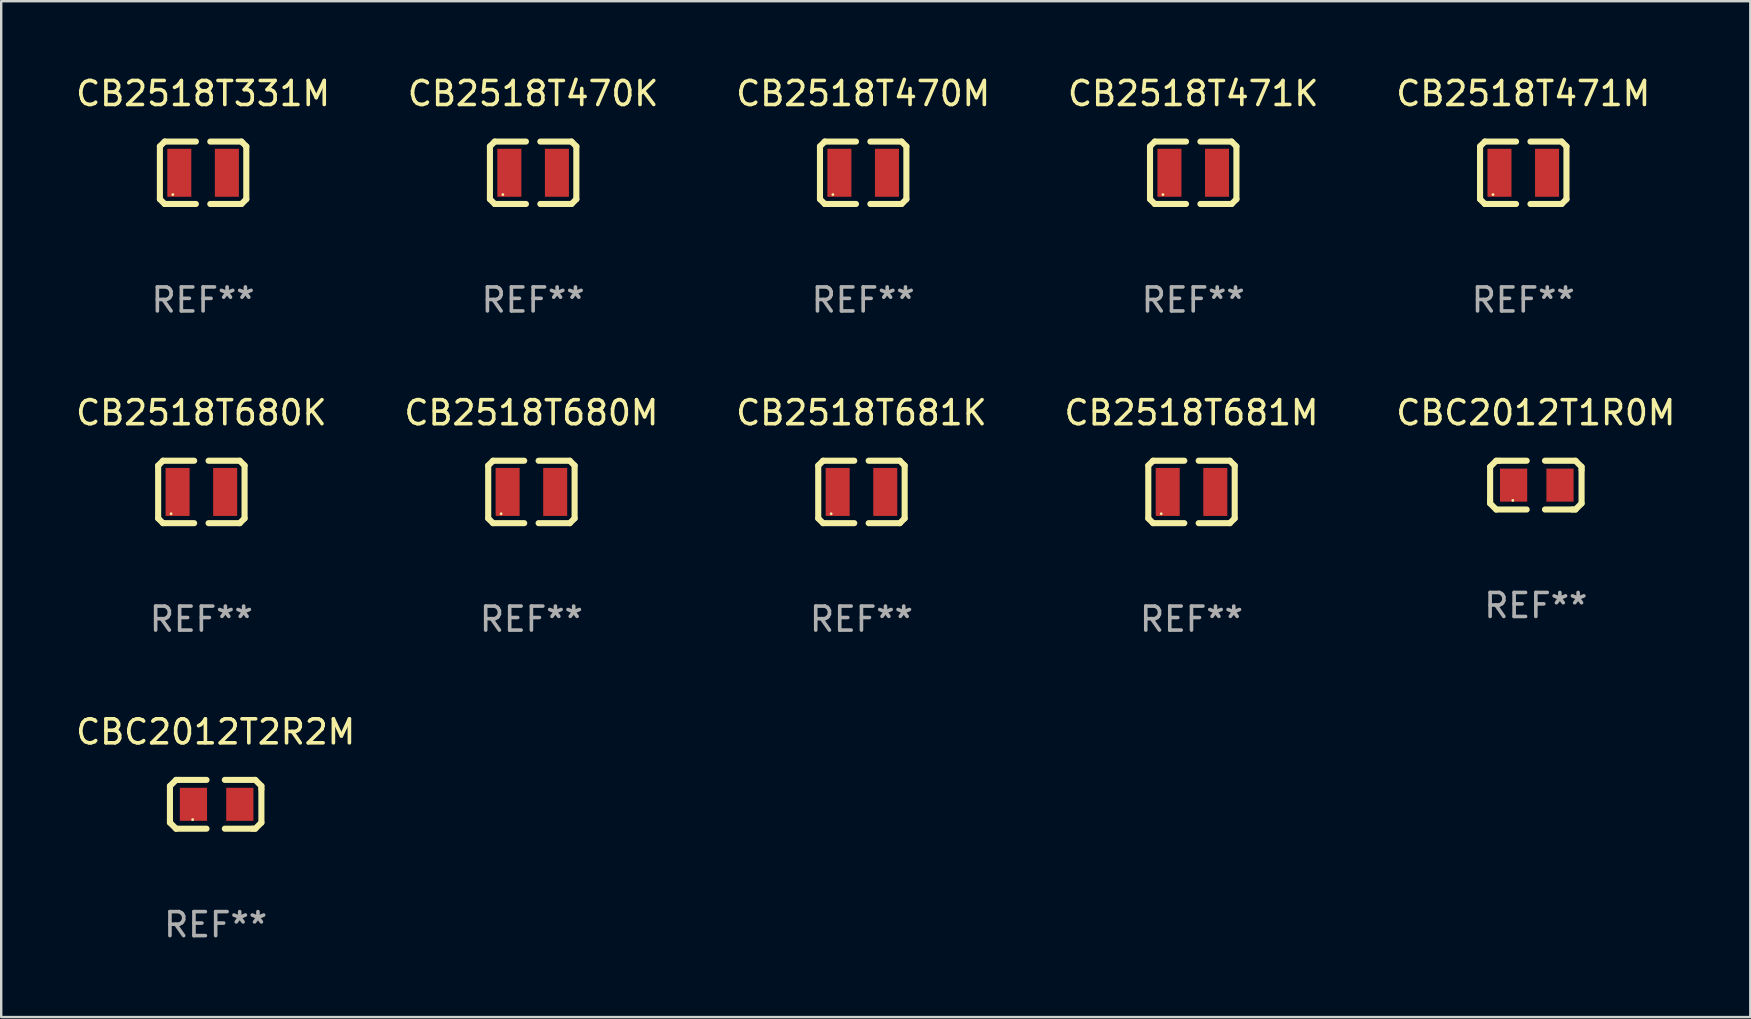
<source format=kicad_pcb>
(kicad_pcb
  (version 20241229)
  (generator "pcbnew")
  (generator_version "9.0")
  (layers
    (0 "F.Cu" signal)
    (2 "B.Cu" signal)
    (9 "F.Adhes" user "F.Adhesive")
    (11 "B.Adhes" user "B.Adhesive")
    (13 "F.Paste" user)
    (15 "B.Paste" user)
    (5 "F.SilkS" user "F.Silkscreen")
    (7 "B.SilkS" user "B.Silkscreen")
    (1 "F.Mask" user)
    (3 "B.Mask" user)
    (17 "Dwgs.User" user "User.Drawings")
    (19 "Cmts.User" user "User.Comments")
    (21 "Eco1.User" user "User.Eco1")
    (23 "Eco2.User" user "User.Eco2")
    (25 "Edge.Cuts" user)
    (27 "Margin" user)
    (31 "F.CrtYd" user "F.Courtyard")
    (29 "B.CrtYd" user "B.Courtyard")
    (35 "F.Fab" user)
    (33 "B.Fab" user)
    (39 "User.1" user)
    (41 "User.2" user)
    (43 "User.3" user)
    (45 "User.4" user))
  (footprint "CBC2012T1R0M"
    (layer "F.Cu")
    (at 60.935 17.161)
    (property "Reference" "CBC2012T1R0M" (at 0 -3.016 0) (layer "F.SilkS") (effects (font (size 1 1) (thickness 0.15))))
    (attr through_hole)
    (fp_line (start -1.905 -0.762) (end -1.905 0.635) (stroke (width 0.254) (type solid)) (layer "F.SilkS"))
    (fp_line (start -1.905 0.635) (end -1.905 0.762) (stroke (width 0.254) (type solid)) (layer "F.SilkS"))
    (fp_line (start -1.905 0.762) (end -1.651 1.016) (stroke (width 0.254) (type solid)) (layer "F.SilkS"))
    (fp_line (start -1.651 -1.016) (end -1.905 -0.762) (stroke (width 0.254) (type solid)) (layer "F.SilkS"))
    (fp_line (start -1.651 1.016) (end -0.381 1.016) (stroke (width 0.254) (type solid)) (layer "F.SilkS"))
    (fp_line (start -1.524 -1.016) (end -1.651 -1.016) (stroke (width 0.254) (type solid)) (layer "F.SilkS"))
    (fp_line (start -0.381 -1.016) (end -1.524 -1.016) (stroke (width 0.254) (type solid)) (layer "F.SilkS"))
    (fp_line (start 0.381 1.016) (end 1.524 1.016) (stroke (width 0.254) (type solid)) (layer "F.SilkS"))
    (fp_line (start 1.524 1.016) (end 1.651 1.016) (stroke (width 0.254) (type solid)) (layer "F.SilkS"))
    (fp_line (start 1.651 -1.016) (end 0.381 -1.016) (stroke (width 0.254) (type solid)) (layer "F.SilkS"))
    (fp_line (start 1.651 1.016) (end 1.905 0.762) (stroke (width 0.254) (type solid)) (layer "F.SilkS"))
    (fp_line (start 1.905 -0.762) (end 1.651 -1.016) (stroke (width 0.254) (type solid)) (layer "F.SilkS"))
    (fp_line (start 1.905 -0.635) (end 1.905 -0.762) (stroke (width 0.254) (type solid)) (layer "F.SilkS"))
    (fp_line (start 1.905 0.762) (end 1.905 -0.635) (stroke (width 0.254) (type solid)) (layer "F.SilkS"))
    (fp_circle (center -0.96 0.637) (end -0.93 0.637) (stroke (width 0.06) (type solid)) (fill no) (layer "F.SilkS"))
    (fp_text user "REF**" (at 0 5.016 0) (layer "F.Fab") (effects (font (size 1 1) (thickness 0.15))))
    (pad "1" smd rect (at -0.926 -0.000051) (size 1.133 1.377) (layers "F.Cu" "F.Mask" "F.Paste"))
    (pad "2" smd rect (at 1.006 -0.000051) (size 1.133 1.377) (layers "F.Cu" "F.Mask" "F.Paste")))
  (footprint "CB2518T680M"
    (layer "F.Cu")
    (at 19.089 17.445)
    (property "Reference" "CB2518T680M" (at 0 -3.3 0) (layer "F.SilkS") (effects (font (size 1 1) (thickness 0.15))))
    (attr through_hole)
    (fp_line (start -1.8 -1.1) (end -1.8 1.1) (stroke (width 0.254) (type solid)) (layer "F.SilkS"))
    (fp_line (start -1.8 1.1) (end -1.6 1.3) (stroke (width 0.254) (type solid)) (layer "F.SilkS"))
    (fp_line (start -1.6 -1.3) (end -1.8 -1.1) (stroke (width 0.254) (type solid)) (layer "F.SilkS"))
    (fp_line (start -1.6 1.3) (end -0.3 1.3) (stroke (width 0.254) (type solid)) (layer "F.SilkS"))
    (fp_line (start -0.3 -1.3) (end -1.6 -1.3) (stroke (width 0.254) (type solid)) (layer "F.SilkS"))
    (fp_line (start 0.3 1.3) (end 1.6 1.3) (stroke (width 0.254) (type solid)) (layer "F.SilkS"))
    (fp_line (start 1.6 -1.3) (end 0.3 -1.3) (stroke (width 0.254) (type solid)) (layer "F.SilkS"))
    (fp_line (start 1.6 1.3) (end 1.8 1.1) (stroke (width 0.254) (type solid)) (layer "F.SilkS"))
    (fp_line (start 1.8 -1.1) (end 1.6 -1.3) (stroke (width 0.254) (type solid)) (layer "F.SilkS"))
    (fp_line (start 1.8 1.1) (end 1.8 -1.1) (stroke (width 0.254) (type solid)) (layer "F.SilkS"))
    (fp_circle (center -1.262 0.909) (end -1.232 0.909) (stroke (width 0.06) (type solid)) (fill no) (layer "F.SilkS"))
    (fp_text user "REF**" (at 0 5.3 0) (layer "F.Fab") (effects (font (size 1 1) (thickness 0.15))))
    (pad "1" smd rect (at -0.991 -0.00014 90) (size 1.999 1) (layers "F.Cu" "F.Mask" "F.Paste"))
    (pad "2" smd rect (at 0.991 -0.00014 90) (size 1.999 1) (layers "F.Cu" "F.Mask" "F.Paste")))
  (footprint "CBC2012T2R2M"
    (layer "F.Cu")
    (at 5.935 30.458)
    (property "Reference" "CBC2012T2R2M" (at 0 -3.016 0) (layer "F.SilkS") (effects (font (size 1 1) (thickness 0.15))))
    (attr through_hole)
    (fp_line (start -1.905 -0.762) (end -1.905 0.635) (stroke (width 0.254) (type solid)) (layer "F.SilkS"))
    (fp_line (start -1.905 0.635) (end -1.905 0.762) (stroke (width 0.254) (type solid)) (layer "F.SilkS"))
    (fp_line (start -1.905 0.762) (end -1.651 1.016) (stroke (width 0.254) (type solid)) (layer "F.SilkS"))
    (fp_line (start -1.651 -1.016) (end -1.905 -0.762) (stroke (width 0.254) (type solid)) (layer "F.SilkS"))
    (fp_line (start -1.651 1.016) (end -0.381 1.016) (stroke (width 0.254) (type solid)) (layer "F.SilkS"))
    (fp_line (start -1.524 -1.016) (end -1.651 -1.016) (stroke (width 0.254) (type solid)) (layer "F.SilkS"))
    (fp_line (start -0.381 -1.016) (end -1.524 -1.016) (stroke (width 0.254) (type solid)) (layer "F.SilkS"))
    (fp_line (start 0.381 1.016) (end 1.524 1.016) (stroke (width 0.254) (type solid)) (layer "F.SilkS"))
    (fp_line (start 1.524 1.016) (end 1.651 1.016) (stroke (width 0.254) (type solid)) (layer "F.SilkS"))
    (fp_line (start 1.651 -1.016) (end 0.381 -1.016) (stroke (width 0.254) (type solid)) (layer "F.SilkS"))
    (fp_line (start 1.651 1.016) (end 1.905 0.762) (stroke (width 0.254) (type solid)) (layer "F.SilkS"))
    (fp_line (start 1.905 -0.762) (end 1.651 -1.016) (stroke (width 0.254) (type solid)) (layer "F.SilkS"))
    (fp_line (start 1.905 -0.635) (end 1.905 -0.762) (stroke (width 0.254) (type solid)) (layer "F.SilkS"))
    (fp_line (start 1.905 0.762) (end 1.905 -0.635) (stroke (width 0.254) (type solid)) (layer "F.SilkS"))
    (fp_circle (center -0.96 0.637) (end -0.93 0.637) (stroke (width 0.06) (type solid)) (fill no) (layer "F.SilkS"))
    (fp_text user "REF**" (at 0 5.016 0) (layer "F.Fab") (effects (font (size 1 1) (thickness 0.15))))
    (pad "1" smd rect (at -0.926 -0.000051) (size 1.133 1.377) (layers "F.Cu" "F.Mask" "F.Paste"))
    (pad "2" smd rect (at 1.006 -0.000051) (size 1.133 1.377) (layers "F.Cu" "F.Mask" "F.Paste")))
  (footprint "CB2518T680K"
    (layer "F.Cu")
    (at 5.339 17.445)
    (property "Reference" "CB2518T680K" (at 0 -3.3 0) (layer "F.SilkS") (effects (font (size 1 1) (thickness 0.15))))
    (attr through_hole)
    (fp_line (start -1.8 -1.1) (end -1.8 1.1) (stroke (width 0.254) (type solid)) (layer "F.SilkS"))
    (fp_line (start -1.8 1.1) (end -1.6 1.3) (stroke (width 0.254) (type solid)) (layer "F.SilkS"))
    (fp_line (start -1.6 -1.3) (end -1.8 -1.1) (stroke (width 0.254) (type solid)) (layer "F.SilkS"))
    (fp_line (start -1.6 1.3) (end -0.3 1.3) (stroke (width 0.254) (type solid)) (layer "F.SilkS"))
    (fp_line (start -0.3 -1.3) (end -1.6 -1.3) (stroke (width 0.254) (type solid)) (layer "F.SilkS"))
    (fp_line (start 0.3 1.3) (end 1.6 1.3) (stroke (width 0.254) (type solid)) (layer "F.SilkS"))
    (fp_line (start 1.6 -1.3) (end 0.3 -1.3) (stroke (width 0.254) (type solid)) (layer "F.SilkS"))
    (fp_line (start 1.6 1.3) (end 1.8 1.1) (stroke (width 0.254) (type solid)) (layer "F.SilkS"))
    (fp_line (start 1.8 -1.1) (end 1.6 -1.3) (stroke (width 0.254) (type solid)) (layer "F.SilkS"))
    (fp_line (start 1.8 1.1) (end 1.8 -1.1) (stroke (width 0.254) (type solid)) (layer "F.SilkS"))
    (fp_circle (center -1.262 0.909) (end -1.232 0.909) (stroke (width 0.06) (type solid)) (fill no) (layer "F.SilkS"))
    (fp_text user "REF**" (at 0 5.3 0) (layer "F.Fab") (effects (font (size 1 1) (thickness 0.15))))
    (pad "1" smd rect (at -0.991 -0.00014 90) (size 1.999 1) (layers "F.Cu" "F.Mask" "F.Paste"))
    (pad "2" smd rect (at 0.991 -0.00014 90) (size 1.999 1) (layers "F.Cu" "F.Mask" "F.Paste")))
  (footprint "CB2518T471K"
    (layer "F.Cu")
    (at 46.661 4.148)
    (property "Reference" "CB2518T471K" (at 0 -3.3 0) (layer "F.SilkS") (effects (font (size 1 1) (thickness 0.15))))
    (attr through_hole)
    (fp_line (start -1.8 -1.1) (end -1.8 1.1) (stroke (width 0.254) (type solid)) (layer "F.SilkS"))
    (fp_line (start -1.8 1.1) (end -1.6 1.3) (stroke (width 0.254) (type solid)) (layer "F.SilkS"))
    (fp_line (start -1.6 -1.3) (end -1.8 -1.1) (stroke (width 0.254) (type solid)) (layer "F.SilkS"))
    (fp_line (start -1.6 1.3) (end -0.3 1.3) (stroke (width 0.254) (type solid)) (layer "F.SilkS"))
    (fp_line (start -0.3 -1.3) (end -1.6 -1.3) (stroke (width 0.254) (type solid)) (layer "F.SilkS"))
    (fp_line (start 0.3 1.3) (end 1.6 1.3) (stroke (width 0.254) (type solid)) (layer "F.SilkS"))
    (fp_line (start 1.6 -1.3) (end 0.3 -1.3) (stroke (width 0.254) (type solid)) (layer "F.SilkS"))
    (fp_line (start 1.6 1.3) (end 1.8 1.1) (stroke (width 0.254) (type solid)) (layer "F.SilkS"))
    (fp_line (start 1.8 -1.1) (end 1.6 -1.3) (stroke (width 0.254) (type solid)) (layer "F.SilkS"))
    (fp_line (start 1.8 1.1) (end 1.8 -1.1) (stroke (width 0.254) (type solid)) (layer "F.SilkS"))
    (fp_circle (center -1.262 0.909) (end -1.232 0.909) (stroke (width 0.06) (type solid)) (fill no) (layer "F.SilkS"))
    (fp_text user "REF**" (at 0 5.3 0) (layer "F.Fab") (effects (font (size 1 1) (thickness 0.15))))
    (pad "1" smd rect (at -0.991 -0.00014 90) (size 1.999 1) (layers "F.Cu" "F.Mask" "F.Paste"))
    (pad "2" smd rect (at 0.991 -0.00014 90) (size 1.999 1) (layers "F.Cu" "F.Mask" "F.Paste")))
  (footprint "CB2518T681K"
    (layer "F.Cu")
    (at 32.839 17.445)
    (property "Reference" "CB2518T681K" (at 0 -3.3 0) (layer "F.SilkS") (effects (font (size 1 1) (thickness 0.15))))
    (attr through_hole)
    (fp_line (start -1.8 -1.1) (end -1.8 1.1) (stroke (width 0.254) (type solid)) (layer "F.SilkS"))
    (fp_line (start -1.8 1.1) (end -1.6 1.3) (stroke (width 0.254) (type solid)) (layer "F.SilkS"))
    (fp_line (start -1.6 -1.3) (end -1.8 -1.1) (stroke (width 0.254) (type solid)) (layer "F.SilkS"))
    (fp_line (start -1.6 1.3) (end -0.3 1.3) (stroke (width 0.254) (type solid)) (layer "F.SilkS"))
    (fp_line (start -0.3 -1.3) (end -1.6 -1.3) (stroke (width 0.254) (type solid)) (layer "F.SilkS"))
    (fp_line (start 0.3 1.3) (end 1.6 1.3) (stroke (width 0.254) (type solid)) (layer "F.SilkS"))
    (fp_line (start 1.6 -1.3) (end 0.3 -1.3) (stroke (width 0.254) (type solid)) (layer "F.SilkS"))
    (fp_line (start 1.6 1.3) (end 1.8 1.1) (stroke (width 0.254) (type solid)) (layer "F.SilkS"))
    (fp_line (start 1.8 -1.1) (end 1.6 -1.3) (stroke (width 0.254) (type solid)) (layer "F.SilkS"))
    (fp_line (start 1.8 1.1) (end 1.8 -1.1) (stroke (width 0.254) (type solid)) (layer "F.SilkS"))
    (fp_circle (center -1.262 0.909) (end -1.232 0.909) (stroke (width 0.06) (type solid)) (fill no) (layer "F.SilkS"))
    (fp_text user "REF**" (at 0 5.3 0) (layer "F.Fab") (effects (font (size 1 1) (thickness 0.15))))
    (pad "1" smd rect (at -0.991 -0.00014 90) (size 1.999 1) (layers "F.Cu" "F.Mask" "F.Paste"))
    (pad "2" smd rect (at 0.991 -0.00014 90) (size 1.999 1) (layers "F.Cu" "F.Mask" "F.Paste")))
  (footprint "CB2518T470M"
    (layer "F.Cu")
    (at 32.911 4.148)
    (property "Reference" "CB2518T470M" (at 0 -3.3 0) (layer "F.SilkS") (effects (font (size 1 1) (thickness 0.15))))
    (attr through_hole)
    (fp_line (start -1.8 -1.1) (end -1.8 1.1) (stroke (width 0.254) (type solid)) (layer "F.SilkS"))
    (fp_line (start -1.8 1.1) (end -1.6 1.3) (stroke (width 0.254) (type solid)) (layer "F.SilkS"))
    (fp_line (start -1.6 -1.3) (end -1.8 -1.1) (stroke (width 0.254) (type solid)) (layer "F.SilkS"))
    (fp_line (start -1.6 1.3) (end -0.3 1.3) (stroke (width 0.254) (type solid)) (layer "F.SilkS"))
    (fp_line (start -0.3 -1.3) (end -1.6 -1.3) (stroke (width 0.254) (type solid)) (layer "F.SilkS"))
    (fp_line (start 0.3 1.3) (end 1.6 1.3) (stroke (width 0.254) (type solid)) (layer "F.SilkS"))
    (fp_line (start 1.6 -1.3) (end 0.3 -1.3) (stroke (width 0.254) (type solid)) (layer "F.SilkS"))
    (fp_line (start 1.6 1.3) (end 1.8 1.1) (stroke (width 0.254) (type solid)) (layer "F.SilkS"))
    (fp_line (start 1.8 -1.1) (end 1.6 -1.3) (stroke (width 0.254) (type solid)) (layer "F.SilkS"))
    (fp_line (start 1.8 1.1) (end 1.8 -1.1) (stroke (width 0.254) (type solid)) (layer "F.SilkS"))
    (fp_circle (center -1.262 0.909) (end -1.232 0.909) (stroke (width 0.06) (type solid)) (fill no) (layer "F.SilkS"))
    (fp_text user "REF**" (at 0 5.3 0) (layer "F.Fab") (effects (font (size 1 1) (thickness 0.15))))
    (pad "1" smd rect (at -0.991 -0.00014 90) (size 1.999 1) (layers "F.Cu" "F.Mask" "F.Paste"))
    (pad "2" smd rect (at 0.991 -0.00014 90) (size 1.999 1) (layers "F.Cu" "F.Mask" "F.Paste")))
  (footprint "CB2518T681M"
    (layer "F.Cu")
    (at 46.589 17.445)
    (property "Reference" "CB2518T681M" (at 0 -3.3 0) (layer "F.SilkS") (effects (font (size 1 1) (thickness 0.15))))
    (attr through_hole)
    (fp_line (start -1.8 -1.1) (end -1.8 1.1) (stroke (width 0.254) (type solid)) (layer "F.SilkS"))
    (fp_line (start -1.8 1.1) (end -1.6 1.3) (stroke (width 0.254) (type solid)) (layer "F.SilkS"))
    (fp_line (start -1.6 -1.3) (end -1.8 -1.1) (stroke (width 0.254) (type solid)) (layer "F.SilkS"))
    (fp_line (start -1.6 1.3) (end -0.3 1.3) (stroke (width 0.254) (type solid)) (layer "F.SilkS"))
    (fp_line (start -0.3 -1.3) (end -1.6 -1.3) (stroke (width 0.254) (type solid)) (layer "F.SilkS"))
    (fp_line (start 0.3 1.3) (end 1.6 1.3) (stroke (width 0.254) (type solid)) (layer "F.SilkS"))
    (fp_line (start 1.6 -1.3) (end 0.3 -1.3) (stroke (width 0.254) (type solid)) (layer "F.SilkS"))
    (fp_line (start 1.6 1.3) (end 1.8 1.1) (stroke (width 0.254) (type solid)) (layer "F.SilkS"))
    (fp_line (start 1.8 -1.1) (end 1.6 -1.3) (stroke (width 0.254) (type solid)) (layer "F.SilkS"))
    (fp_line (start 1.8 1.1) (end 1.8 -1.1) (stroke (width 0.254) (type solid)) (layer "F.SilkS"))
    (fp_circle (center -1.262 0.909) (end -1.232 0.909) (stroke (width 0.06) (type solid)) (fill no) (layer "F.SilkS"))
    (fp_text user "REF**" (at 0 5.3 0) (layer "F.Fab") (effects (font (size 1 1) (thickness 0.15))))
    (pad "1" smd rect (at -0.991 -0.00014 90) (size 1.999 1) (layers "F.Cu" "F.Mask" "F.Paste"))
    (pad "2" smd rect (at 0.991 -0.00014 90) (size 1.999 1) (layers "F.Cu" "F.Mask" "F.Paste")))
  (footprint "CB2518T331M"
    (layer "F.Cu")
    (at 5.411 4.148)
    (property "Reference" "CB2518T331M" (at 0 -3.3 0) (layer "F.SilkS") (effects (font (size 1 1) (thickness 0.15))))
    (attr through_hole)
    (fp_line (start -1.8 -1.1) (end -1.8 1.1) (stroke (width 0.254) (type solid)) (layer "F.SilkS"))
    (fp_line (start -1.8 1.1) (end -1.6 1.3) (stroke (width 0.254) (type solid)) (layer "F.SilkS"))
    (fp_line (start -1.6 -1.3) (end -1.8 -1.1) (stroke (width 0.254) (type solid)) (layer "F.SilkS"))
    (fp_line (start -1.6 1.3) (end -0.3 1.3) (stroke (width 0.254) (type solid)) (layer "F.SilkS"))
    (fp_line (start -0.3 -1.3) (end -1.6 -1.3) (stroke (width 0.254) (type solid)) (layer "F.SilkS"))
    (fp_line (start 0.3 1.3) (end 1.6 1.3) (stroke (width 0.254) (type solid)) (layer "F.SilkS"))
    (fp_line (start 1.6 -1.3) (end 0.3 -1.3) (stroke (width 0.254) (type solid)) (layer "F.SilkS"))
    (fp_line (start 1.6 1.3) (end 1.8 1.1) (stroke (width 0.254) (type solid)) (layer "F.SilkS"))
    (fp_line (start 1.8 -1.1) (end 1.6 -1.3) (stroke (width 0.254) (type solid)) (layer "F.SilkS"))
    (fp_line (start 1.8 1.1) (end 1.8 -1.1) (stroke (width 0.254) (type solid)) (layer "F.SilkS"))
    (fp_circle (center -1.262 0.909) (end -1.232 0.909) (stroke (width 0.06) (type solid)) (fill no) (layer "F.SilkS"))
    (fp_text user "REF**" (at 0 5.3 0) (layer "F.Fab") (effects (font (size 1 1) (thickness 0.15))))
    (pad "1" smd rect (at -0.991 -0.00014 90) (size 1.999 1) (layers "F.Cu" "F.Mask" "F.Paste"))
    (pad "2" smd rect (at 0.991 -0.00014 90) (size 1.999 1) (layers "F.Cu" "F.Mask" "F.Paste")))
  (footprint "CB2518T470K"
    (layer "F.Cu")
    (at 19.161 4.148)
    (property "Reference" "CB2518T470K" (at 0 -3.3 0) (layer "F.SilkS") (effects (font (size 1 1) (thickness 0.15))))
    (attr through_hole)
    (fp_line (start -1.8 -1.1) (end -1.8 1.1) (stroke (width 0.254) (type solid)) (layer "F.SilkS"))
    (fp_line (start -1.8 1.1) (end -1.6 1.3) (stroke (width 0.254) (type solid)) (layer "F.SilkS"))
    (fp_line (start -1.6 -1.3) (end -1.8 -1.1) (stroke (width 0.254) (type solid)) (layer "F.SilkS"))
    (fp_line (start -1.6 1.3) (end -0.3 1.3) (stroke (width 0.254) (type solid)) (layer "F.SilkS"))
    (fp_line (start -0.3 -1.3) (end -1.6 -1.3) (stroke (width 0.254) (type solid)) (layer "F.SilkS"))
    (fp_line (start 0.3 1.3) (end 1.6 1.3) (stroke (width 0.254) (type solid)) (layer "F.SilkS"))
    (fp_line (start 1.6 -1.3) (end 0.3 -1.3) (stroke (width 0.254) (type solid)) (layer "F.SilkS"))
    (fp_line (start 1.6 1.3) (end 1.8 1.1) (stroke (width 0.254) (type solid)) (layer "F.SilkS"))
    (fp_line (start 1.8 -1.1) (end 1.6 -1.3) (stroke (width 0.254) (type solid)) (layer "F.SilkS"))
    (fp_line (start 1.8 1.1) (end 1.8 -1.1) (stroke (width 0.254) (type solid)) (layer "F.SilkS"))
    (fp_circle (center -1.262 0.909) (end -1.232 0.909) (stroke (width 0.06) (type solid)) (fill no) (layer "F.SilkS"))
    (fp_text user "REF**" (at 0 5.3 0) (layer "F.Fab") (effects (font (size 1 1) (thickness 0.15))))
    (pad "1" smd rect (at -0.991 -0.00014 90) (size 1.999 1) (layers "F.Cu" "F.Mask" "F.Paste"))
    (pad "2" smd rect (at 0.991 -0.00014 90) (size 1.999 1) (layers "F.Cu" "F.Mask" "F.Paste")))
  (footprint "CB2518T471M"
    (layer "F.Cu")
    (at 60.411 4.148)
    (property "Reference" "CB2518T471M" (at 0 -3.3 0) (layer "F.SilkS") (effects (font (size 1 1) (thickness 0.15))))
    (attr through_hole)
    (fp_line (start -1.8 -1.1) (end -1.8 1.1) (stroke (width 0.254) (type solid)) (layer "F.SilkS"))
    (fp_line (start -1.8 1.1) (end -1.6 1.3) (stroke (width 0.254) (type solid)) (layer "F.SilkS"))
    (fp_line (start -1.6 -1.3) (end -1.8 -1.1) (stroke (width 0.254) (type solid)) (layer "F.SilkS"))
    (fp_line (start -1.6 1.3) (end -0.3 1.3) (stroke (width 0.254) (type solid)) (layer "F.SilkS"))
    (fp_line (start -0.3 -1.3) (end -1.6 -1.3) (stroke (width 0.254) (type solid)) (layer "F.SilkS"))
    (fp_line (start 0.3 1.3) (end 1.6 1.3) (stroke (width 0.254) (type solid)) (layer "F.SilkS"))
    (fp_line (start 1.6 -1.3) (end 0.3 -1.3) (stroke (width 0.254) (type solid)) (layer "F.SilkS"))
    (fp_line (start 1.6 1.3) (end 1.8 1.1) (stroke (width 0.254) (type solid)) (layer "F.SilkS"))
    (fp_line (start 1.8 -1.1) (end 1.6 -1.3) (stroke (width 0.254) (type solid)) (layer "F.SilkS"))
    (fp_line (start 1.8 1.1) (end 1.8 -1.1) (stroke (width 0.254) (type solid)) (layer "F.SilkS"))
    (fp_circle (center -1.262 0.909) (end -1.232 0.909) (stroke (width 0.06) (type solid)) (fill no) (layer "F.SilkS"))
    (fp_text user "REF**" (at 0 5.3 0) (layer "F.Fab") (effects (font (size 1 1) (thickness 0.15))))
    (pad "1" smd rect (at -0.991 -0.00014 90) (size 1.999 1) (layers "F.Cu" "F.Mask" "F.Paste"))
    (pad "2" smd rect (at 0.991 -0.00014 90) (size 1.999 1) (layers "F.Cu" "F.Mask" "F.Paste")))
  (gr_rect
    (start -3 -3)
    (end 69.869 39.322)
    (stroke (width 0.1) (type default))
    (fill no)
    (layer "Edge.Cuts")))
</source>
